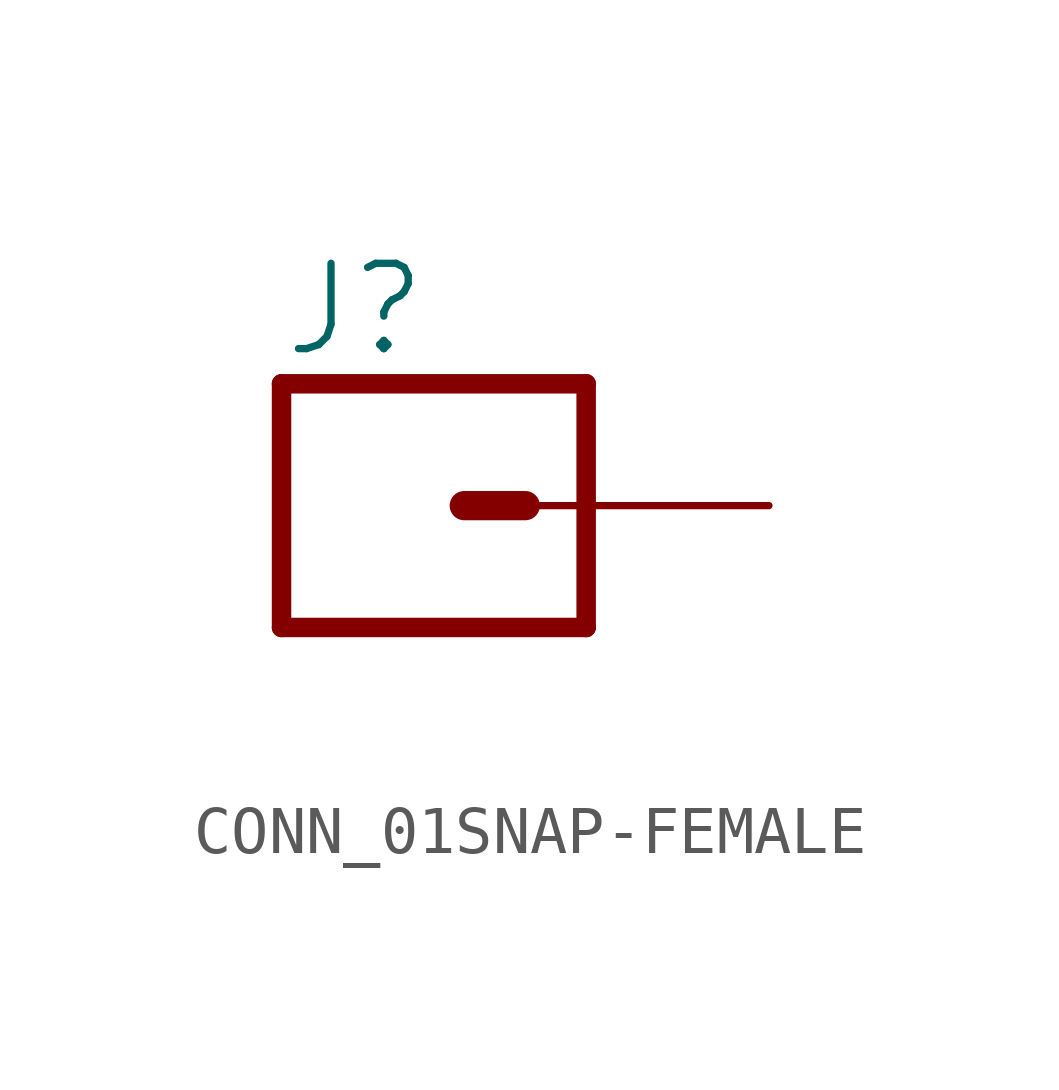
<source format=kicad_sym>
(kicad_symbol_lib
  (version 20220914)
  (generator kicad_symbol_editor)
  (symbol "CONN_01SNAP-FEMALE"
    (property "Reference" "J"
      (at -2.54 3.048 0)
      (effects (font (size 1.778 1.778)) (justify left bottom)))
    (property "Value" ""
      (at -2.54 -4.826 0)
      (effects (font (size 1.778 1.778)) (justify left bottom)))
    (property "ki_locked" ""
      (at 0 0 0)
      (effects (font (size 1.27 1.27))))
    (symbol "CONN_01SNAP-FEMALE_1_0"
      (polyline (pts (xy -2.54 2.54) (xy -2.54 -2.54)) (stroke (width 0.406) (type solid)) (fill (type none)))
      (polyline (pts (xy -2.54 2.54) (xy 3.81 2.54)) (stroke (width 0.406) (type solid)) (fill (type none)))
      (polyline (pts (xy 1.27 0) (xy 2.54 0)) (stroke (width 0.61) (type solid)) (fill (type none)))
      (polyline (pts (xy 3.81 -2.54) (xy -2.54 -2.54)) (stroke (width 0.406) (type solid)) (fill (type none)))
      (polyline (pts (xy 3.81 -2.54) (xy 3.81 2.54)) (stroke (width 0.406) (type solid)) (fill (type none)))
      (pin passive line (at 7.62 0 180) (length 5.08) (name "1" (effects (font (size 0 0)))) (number "1" (effects (font (size 0 0))))))))
</source>
